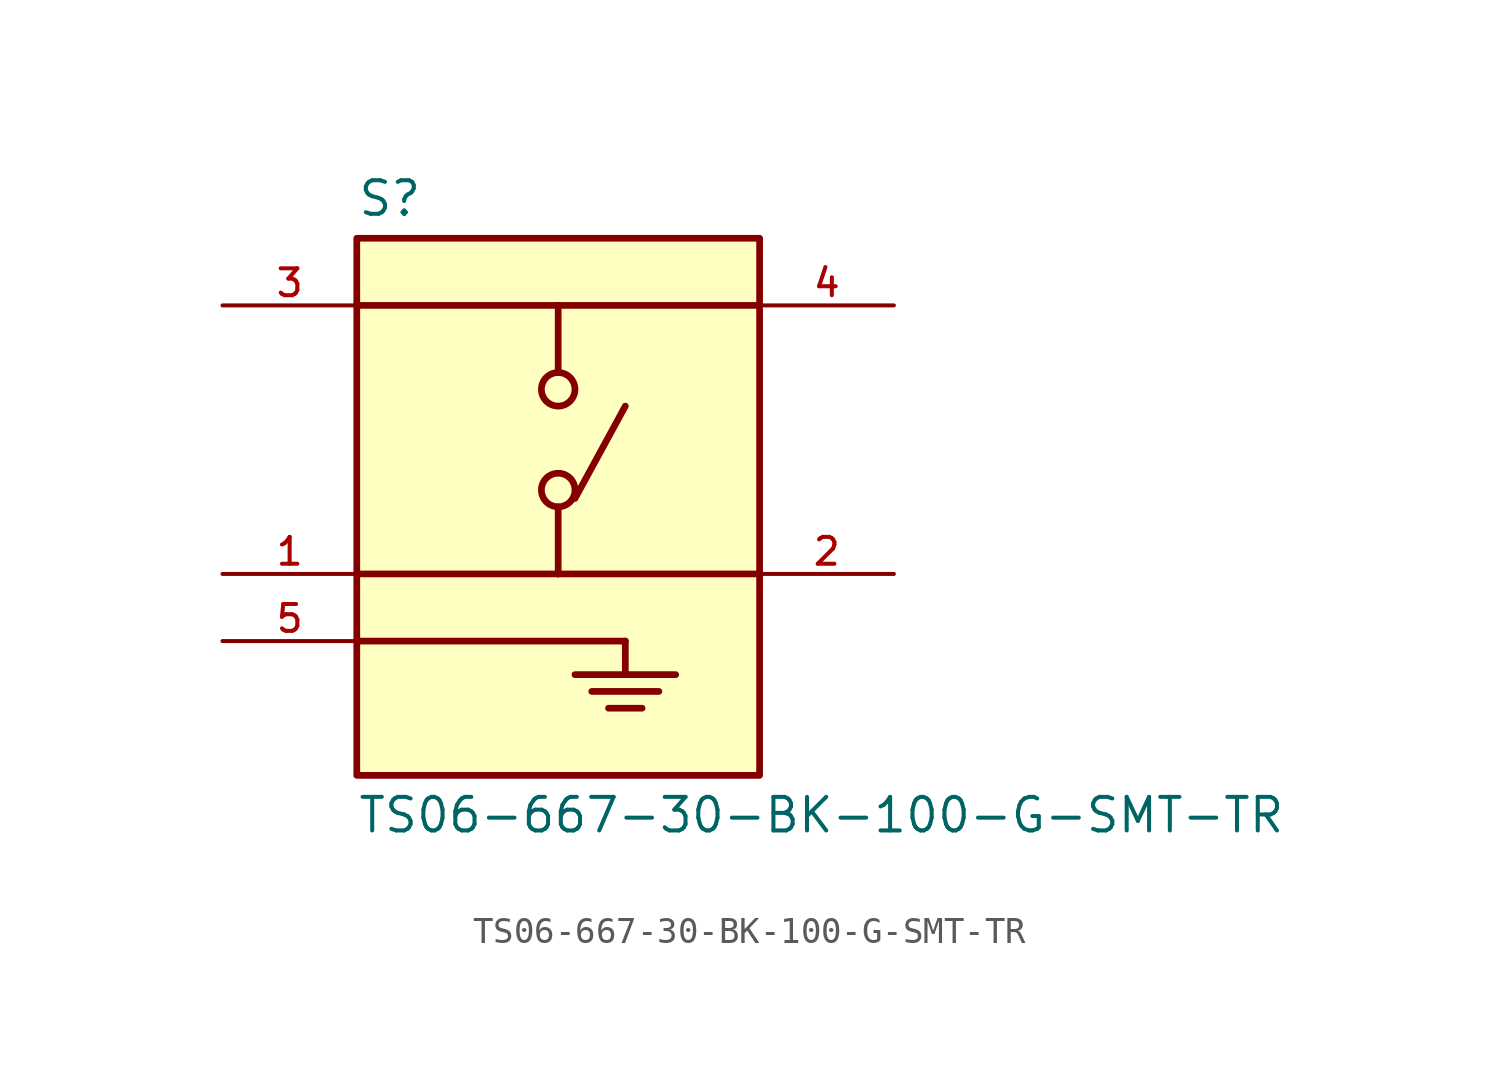
<source format=kicad_sym>
(kicad_symbol_lib
  (version 20231120)
  (generator "kicad_symbol_editor")
  (generator_version "8.0")
  (symbol "TS06-667-30-BK-100-G-SMT-TR"
    (pin_names
      (offset 1.016))
    (property "Reference" "S"
      (at 0 21.082 0)
      (effects (font (size 1.27 1.27)) (justify left bottom)))
    (property "Value" "TS06-667-30-BK-100-G-SMT-TR"
      (at 0 -0.762 0)
      (effects (font (size 1.27 1.27)) (justify left top)))
    (symbol "TS06-667-30-BK-100-G-SMT-TR_0_0"
      (polyline (pts (xy 0 5.08) (xy 10.16 5.08)) (stroke (width 0.254) (type default)) (fill (type none)))
      (polyline (pts (xy 7.62 7.62) (xy 0 7.62)) (stroke (width 0.254) (type default)) (fill (type none)))
      (polyline (pts (xy 7.62 7.62) (xy 15.24 7.62)) (stroke (width 0.254) (type default)) (fill (type none)))
      (polyline (pts (xy 7.62 10.16) (xy 7.62 7.62)) (stroke (width 0.254) (type default)) (fill (type none)))
      (polyline (pts (xy 7.62 17.78) (xy 0 17.78)) (stroke (width 0.254) (type default)) (fill (type none)))
      (polyline (pts (xy 7.62 17.78) (xy 7.62 15.24)) (stroke (width 0.254) (type default)) (fill (type none)))
      (polyline (pts (xy 7.62 17.78) (xy 15.24 17.78)) (stroke (width 0.254) (type default)) (fill (type none)))
      (polyline (pts (xy 8.255 3.81) (xy 10.16 3.81)) (stroke (width 0.254) (type default)) (fill (type none)))
      (polyline (pts (xy 8.255 10.477) (xy 10.16 13.97)) (stroke (width 0.254) (type default)) (fill (type none)))
      (polyline (pts (xy 8.89 3.175) (xy 11.43 3.175)) (stroke (width 0.254) (type default)) (fill (type none)))
      (polyline (pts (xy 9.525 2.54) (xy 10.795 2.54)) (stroke (width 0.254) (type default)) (fill (type none)))
      (polyline (pts (xy 10.16 3.81) (xy 12.065 3.81)) (stroke (width 0.254) (type default)) (fill (type none)))
      (polyline (pts (xy 10.16 5.08) (xy 10.16 3.81)) (stroke (width 0.254) (type default)) (fill (type none)))
      (rectangle (start 0 20.32) (end 15.24 0) (stroke (width 0.254) (type default)) (fill (type background)))
      (circle (center 7.62 10.795) (radius 0.635) (stroke (width 0.254) (type default)) (fill (type none)))
      (circle (center 7.62 14.605) (radius 0.635) (stroke (width 0.254) (type default)) (fill (type none)))
      (pin passive line (at -5.08 7.62 0) (length 5.08) (name "~" (effects (font (size 1.016 1.016)))) (number "1" (effects (font (size 1.016 1.016)))))
      (pin passive line (at 20.32 7.62 180) (length 5.08) (name "~" (effects (font (size 1.016 1.016)))) (number "2" (effects (font (size 1.016 1.016)))))
      (pin passive line (at -5.08 17.78 0) (length 5.08) (name "~" (effects (font (size 1.016 1.016)))) (number "3" (effects (font (size 1.016 1.016)))))
      (pin passive line (at 20.32 17.78 180) (length 5.08) (name "~" (effects (font (size 1.016 1.016)))) (number "4" (effects (font (size 1.016 1.016)))))
      (pin passive line (at -5.08 5.08 0) (length 5.08) (name "~" (effects (font (size 1.016 1.016)))) (number "5" (effects (font (size 1.016 1.016))))))))
</source>
